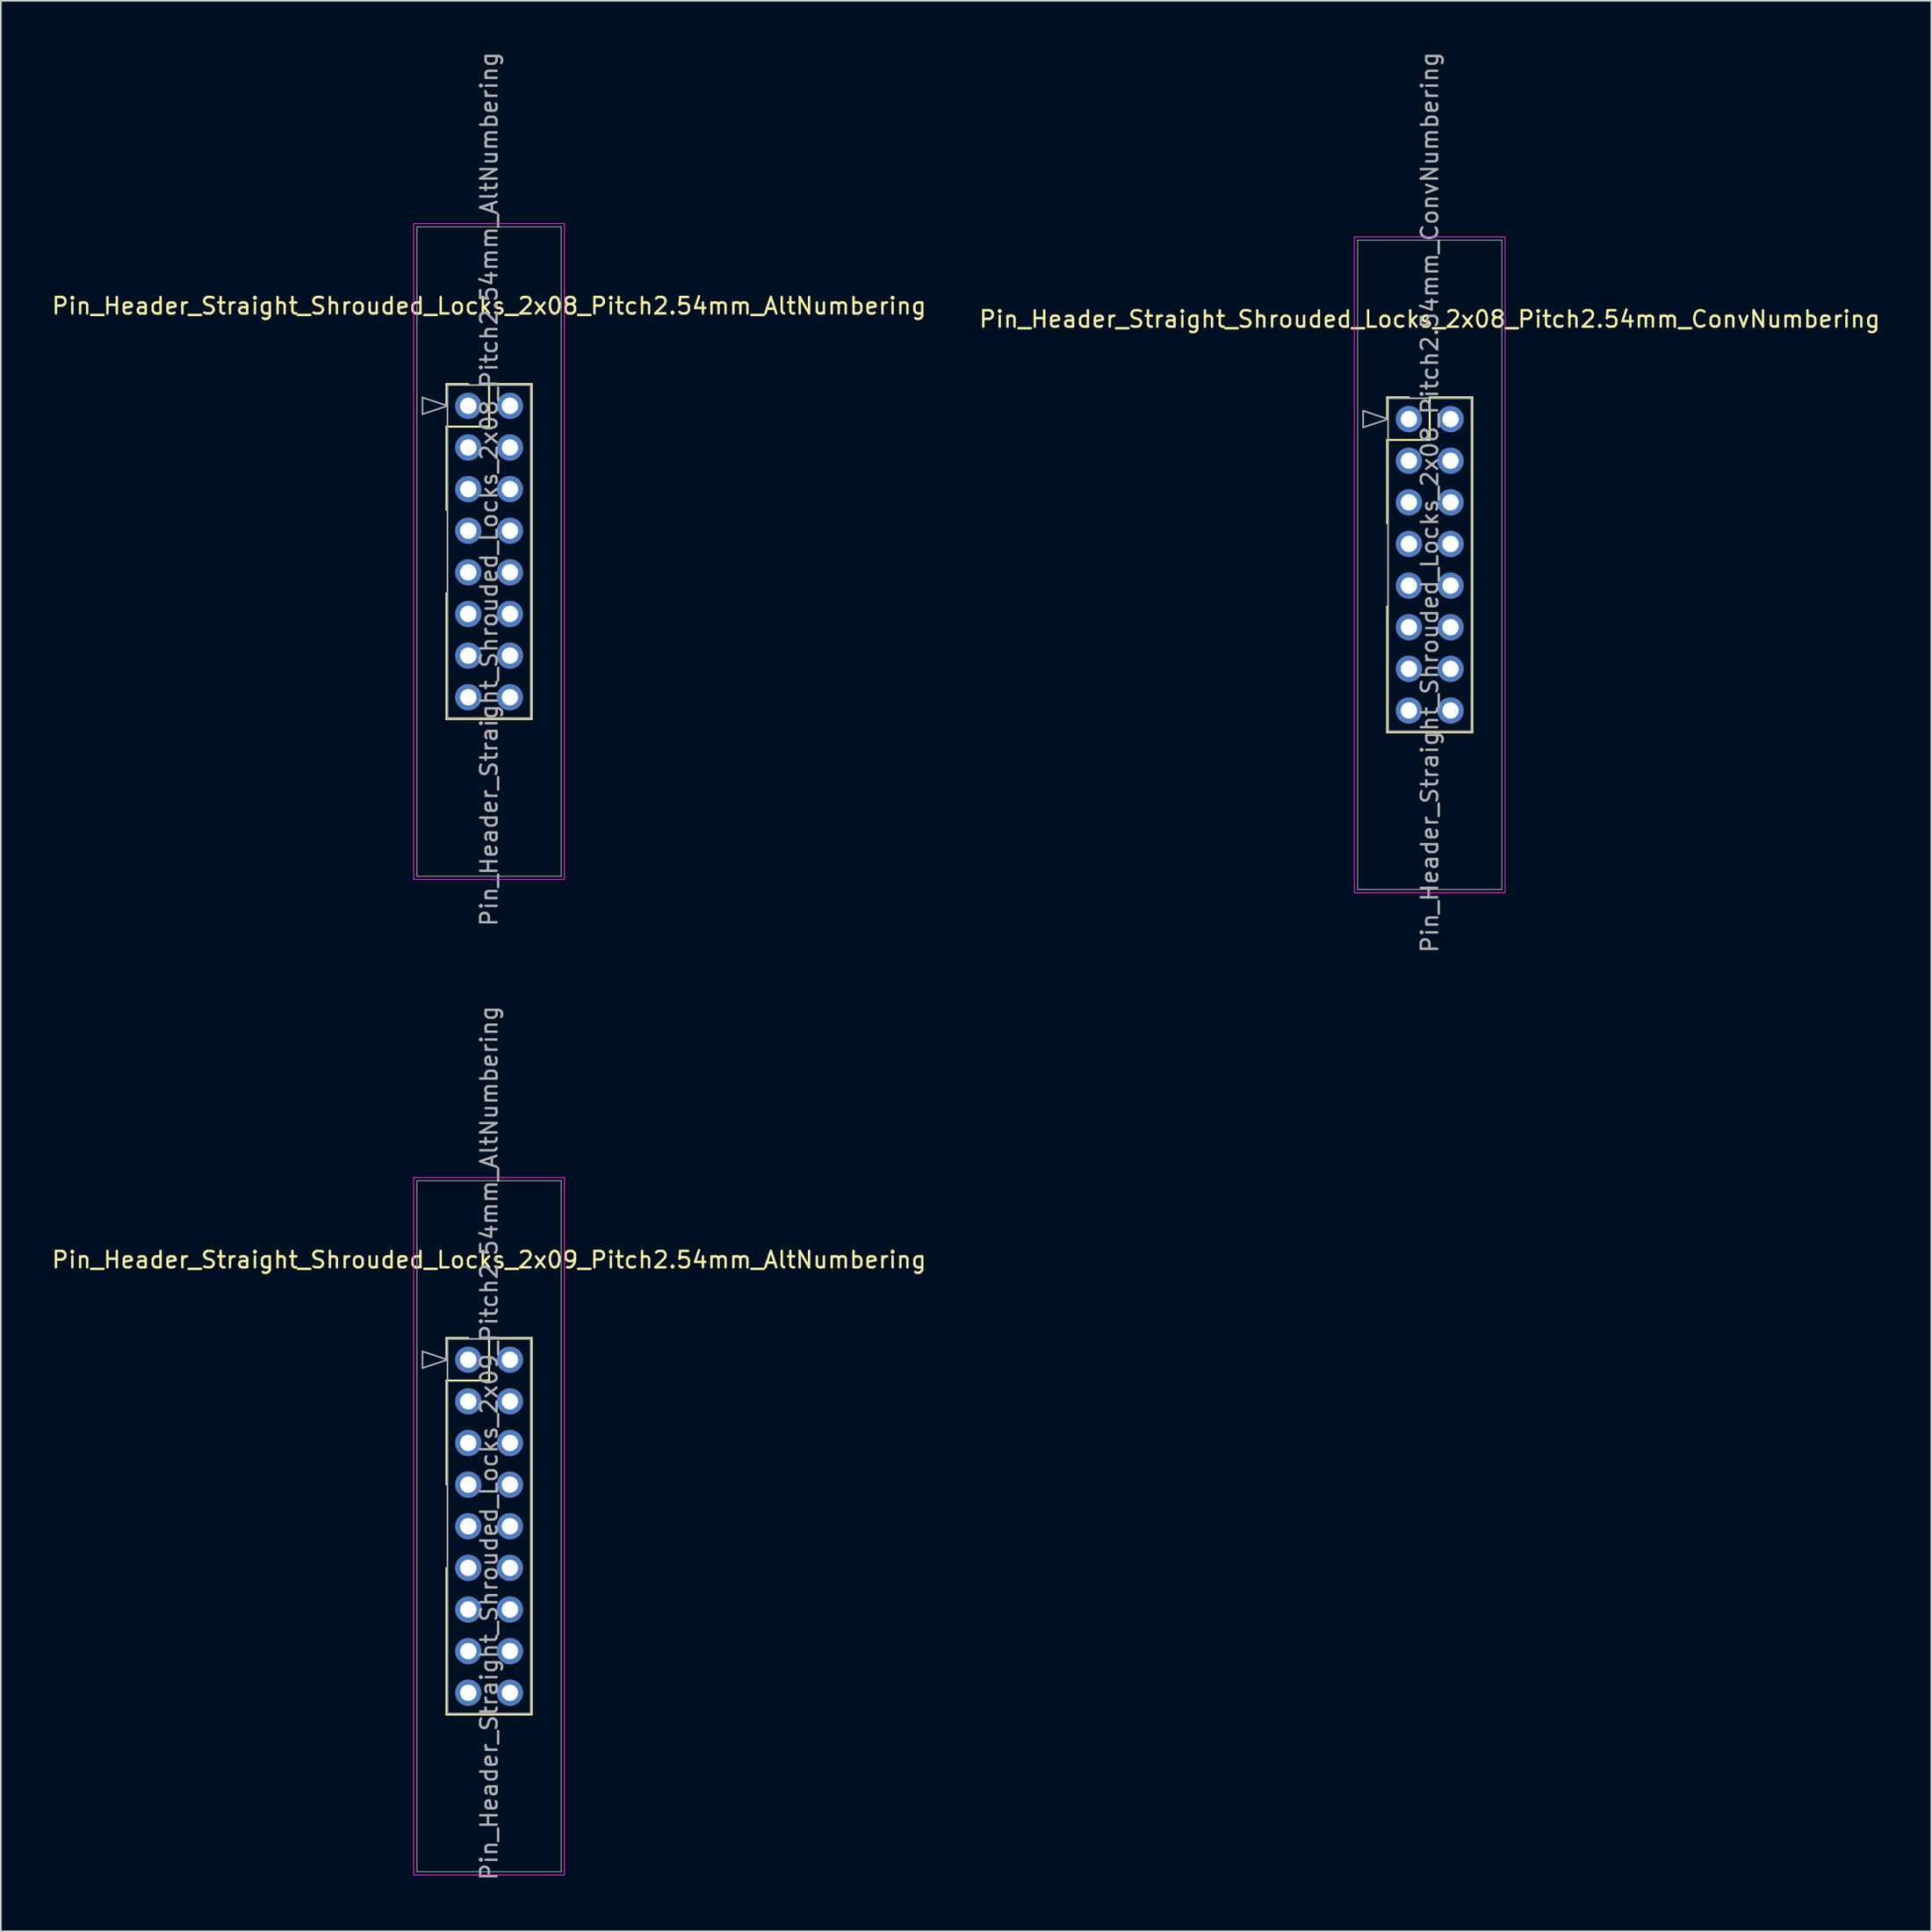
<source format=kicad_pcb>
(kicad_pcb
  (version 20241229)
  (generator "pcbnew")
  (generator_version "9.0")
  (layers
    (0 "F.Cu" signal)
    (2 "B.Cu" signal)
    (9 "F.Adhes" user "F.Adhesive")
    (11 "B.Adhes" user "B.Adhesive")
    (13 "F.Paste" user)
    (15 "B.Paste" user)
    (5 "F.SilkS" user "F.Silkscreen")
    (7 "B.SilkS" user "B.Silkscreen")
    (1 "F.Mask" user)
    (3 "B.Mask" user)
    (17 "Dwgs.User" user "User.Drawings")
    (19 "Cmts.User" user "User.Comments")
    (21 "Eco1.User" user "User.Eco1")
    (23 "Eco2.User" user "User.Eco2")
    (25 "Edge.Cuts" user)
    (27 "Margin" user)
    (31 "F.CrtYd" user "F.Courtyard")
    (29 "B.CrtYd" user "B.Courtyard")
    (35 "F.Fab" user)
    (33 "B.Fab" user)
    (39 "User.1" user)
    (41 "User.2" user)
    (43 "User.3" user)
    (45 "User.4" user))
  (footprint "Pin_Header_Straight_Shrouded_Locks_2x08_Pitch2.54mm_AltNumbering"
    (layer "F.Cu")
    (at 25.522 21.712)
    (property "Reference" "Pin_Header_Straight_Shrouded_Locks_2x08_Pitch2.54mm_AltNumbering" (at 1.27 -6.096 0) (layer "F.SilkS") (effects (font (size 1 1) (thickness 0.15))))
    (attr through_hole)
    (fp_line (start -1.33 -1.33) (end 0 -1.33) (stroke (width 0.12) (type solid)) (layer "F.SilkS"))
    (fp_line (start -1.33 0) (end -1.33 -1.33) (stroke (width 0.12) (type solid)) (layer "F.SilkS"))
    (fp_line (start -1.33 1.27) (end -1.33 6.35) (stroke (width 0.12) (type solid)) (layer "F.SilkS"))
    (fp_line (start -1.33 1.27) (end 1.27 1.27) (stroke (width 0.12) (type solid)) (layer "F.SilkS"))
    (fp_line (start -1.33 11.43) (end -1.33 19.11) (stroke (width 0.12) (type solid)) (layer "F.SilkS"))
    (fp_line (start -1.33 19.11) (end 3.87 19.11) (stroke (width 0.12) (type solid)) (layer "F.SilkS"))
    (fp_line (start 1.27 -1.33) (end 3.87 -1.33) (stroke (width 0.12) (type solid)) (layer "F.SilkS"))
    (fp_line (start 1.27 1.27) (end 1.27 -1.33) (stroke (width 0.12) (type solid)) (layer "F.SilkS"))
    (fp_line (start 3.87 -1.33) (end 3.87 19.11) (stroke (width 0.12) (type solid)) (layer "F.SilkS"))
    (fp_line (start -3.33 -11.12) (end -3.33 28.9) (stroke (width 0.05) (type solid)) (layer "F.CrtYd"))
    (fp_line (start -3.33 28.9) (end 5.87 28.9) (stroke (width 0.05) (type solid)) (layer "F.CrtYd"))
    (fp_line (start 5.87 -11.12) (end -3.33 -11.12) (stroke (width 0.05) (type solid)) (layer "F.CrtYd"))
    (fp_line (start 5.87 28.9) (end 5.87 -11.12) (stroke (width 0.05) (type solid)) (layer "F.CrtYd"))
    (fp_line (start -3.13 -10.92) (end -3.13 28.7) (stroke (width 0.05) (type solid)) (layer "F.Fab"))
    (fp_line (start -3.13 28.7) (end 5.67 28.7) (stroke (width 0.05) (type solid)) (layer "F.Fab"))
    (fp_line (start -2.794 -0.508) (end -1.27 0) (stroke (width 0.1) (type solid)) (layer "F.Fab"))
    (fp_line (start -2.794 0.508) (end -2.794 -0.508) (stroke (width 0.1) (type solid)) (layer "F.Fab"))
    (fp_line (start -1.27 -1.27) (end -1.27 19.05) (stroke (width 0.1) (type solid)) (layer "F.Fab"))
    (fp_line (start -1.27 0) (end -2.794 0.508) (stroke (width 0.1) (type solid)) (layer "F.Fab"))
    (fp_line (start -1.27 19.05) (end 3.81 19.05) (stroke (width 0.1) (type solid)) (layer "F.Fab"))
    (fp_line (start 3.81 -1.27) (end -1.27 -1.27) (stroke (width 0.1) (type solid)) (layer "F.Fab"))
    (fp_line (start 3.81 19.05) (end 3.81 -1.27) (stroke (width 0.1) (type solid)) (layer "F.Fab"))
    (fp_line (start 5.67 -10.92) (end -3.13 -10.92) (stroke (width 0.05) (type solid)) (layer "F.Fab"))
    (fp_line (start 5.67 28.7) (end 5.67 -10.92) (stroke (width 0.05) (type solid)) (layer "F.Fab"))
    (fp_text user "${REFERENCE}" (at 1.27 5.08 90) (layer "F.Fab") (effects (font (size 1 1) (thickness 0.15))))
    (pad "1" thru_hole oval (at 0 0) (size 1.6 1.6) (drill 1) (layers "*.Cu" "*.Mask"))
    (pad "2" thru_hole oval (at 0 2.54) (size 1.6 1.6) (drill 1) (layers "*.Cu" "*.Mask"))
    (pad "3" thru_hole oval (at 0 5.08) (size 1.6 1.6) (drill 1) (layers "*.Cu" "*.Mask"))
    (pad "4" thru_hole oval (at 0 7.62) (size 1.6 1.6) (drill 1) (layers "*.Cu" "*.Mask"))
    (pad "5" thru_hole oval (at 0 10.16) (size 1.6 1.6) (drill 1) (layers "*.Cu" "*.Mask"))
    (pad "6" thru_hole oval (at 0 12.7) (size 1.6 1.6) (drill 1) (layers "*.Cu" "*.Mask"))
    (pad "7" thru_hole oval (at 0 15.24) (size 1.6 1.6) (drill 1) (layers "*.Cu" "*.Mask"))
    (pad "8" thru_hole oval (at 0 17.78) (size 1.6 1.6) (drill 1) (layers "*.Cu" "*.Mask"))
    (pad "9" thru_hole oval (at 2.54 0) (size 1.6 1.6) (drill 1) (layers "*.Cu" "*.Mask"))
    (pad "10" thru_hole oval (at 2.54 2.54) (size 1.6 1.6) (drill 1) (layers "*.Cu" "*.Mask"))
    (pad "11" thru_hole oval (at 2.54 5.08) (size 1.6 1.6) (drill 1) (layers "*.Cu" "*.Mask"))
    (pad "12" thru_hole oval (at 2.54 7.62) (size 1.6 1.6) (drill 1) (layers "*.Cu" "*.Mask"))
    (pad "13" thru_hole oval (at 2.54 10.16) (size 1.6 1.6) (drill 1) (layers "*.Cu" "*.Mask"))
    (pad "14" thru_hole oval (at 2.54 12.7) (size 1.6 1.6) (drill 1) (layers "*.Cu" "*.Mask"))
    (pad "15" thru_hole oval (at 2.54 15.24) (size 1.6 1.6) (drill 1) (layers "*.Cu" "*.Mask"))
    (pad "16" thru_hole oval (at 2.54 17.78) (size 1.6 1.6) (drill 1) (layers "*.Cu" "*.Mask")))
  (footprint "Pin_Header_Straight_Shrouded_Locks_2x08_Pitch2.54mm_ConvNumbering"
    (layer "F.Cu")
    (at 82.915 22.521)
    (property "Reference" "Pin_Header_Straight_Shrouded_Locks_2x08_Pitch2.54mm_ConvNumbering" (at 1.27 -6.096 0) (layer "F.SilkS") (effects (font (size 1 1) (thickness 0.15))))
    (attr through_hole)
    (fp_line (start -1.33 -1.33) (end 0 -1.33) (stroke (width 0.12) (type solid)) (layer "F.SilkS"))
    (fp_line (start -1.33 0) (end -1.33 -1.33) (stroke (width 0.12) (type solid)) (layer "F.SilkS"))
    (fp_line (start -1.33 1.27) (end -1.33 6.35) (stroke (width 0.12) (type solid)) (layer "F.SilkS"))
    (fp_line (start -1.33 1.27) (end 1.27 1.27) (stroke (width 0.12) (type solid)) (layer "F.SilkS"))
    (fp_line (start -1.33 11.43) (end -1.33 19.11) (stroke (width 0.12) (type solid)) (layer "F.SilkS"))
    (fp_line (start -1.33 19.11) (end 3.87 19.11) (stroke (width 0.12) (type solid)) (layer "F.SilkS"))
    (fp_line (start 1.27 -1.33) (end 3.87 -1.33) (stroke (width 0.12) (type solid)) (layer "F.SilkS"))
    (fp_line (start 1.27 1.27) (end 1.27 -1.33) (stroke (width 0.12) (type solid)) (layer "F.SilkS"))
    (fp_line (start 3.87 -1.33) (end 3.87 19.11) (stroke (width 0.12) (type solid)) (layer "F.SilkS"))
    (fp_line (start -3.33 -11.12) (end -3.33 28.9) (stroke (width 0.05) (type solid)) (layer "F.CrtYd"))
    (fp_line (start -3.33 28.9) (end 5.87 28.9) (stroke (width 0.05) (type solid)) (layer "F.CrtYd"))
    (fp_line (start 5.87 -11.12) (end -3.33 -11.12) (stroke (width 0.05) (type solid)) (layer "F.CrtYd"))
    (fp_line (start 5.87 28.9) (end 5.87 -11.12) (stroke (width 0.05) (type solid)) (layer "F.CrtYd"))
    (fp_line (start -3.13 -10.92) (end -3.13 28.7) (stroke (width 0.05) (type solid)) (layer "F.Fab"))
    (fp_line (start -3.13 28.7) (end 5.67 28.7) (stroke (width 0.05) (type solid)) (layer "F.Fab"))
    (fp_line (start -2.794 -0.508) (end -1.27 0) (stroke (width 0.1) (type solid)) (layer "F.Fab"))
    (fp_line (start -2.794 0.508) (end -2.794 -0.508) (stroke (width 0.1) (type solid)) (layer "F.Fab"))
    (fp_line (start -1.27 -1.27) (end -1.27 19.05) (stroke (width 0.1) (type solid)) (layer "F.Fab"))
    (fp_line (start -1.27 0) (end -2.794 0.508) (stroke (width 0.1) (type solid)) (layer "F.Fab"))
    (fp_line (start -1.27 19.05) (end 3.81 19.05) (stroke (width 0.1) (type solid)) (layer "F.Fab"))
    (fp_line (start 3.81 -1.27) (end -1.27 -1.27) (stroke (width 0.1) (type solid)) (layer "F.Fab"))
    (fp_line (start 3.81 19.05) (end 3.81 -1.27) (stroke (width 0.1) (type solid)) (layer "F.Fab"))
    (fp_line (start 5.67 -10.92) (end -3.13 -10.92) (stroke (width 0.05) (type solid)) (layer "F.Fab"))
    (fp_line (start 5.67 28.7) (end 5.67 -10.92) (stroke (width 0.05) (type solid)) (layer "F.Fab"))
    (fp_text user "${REFERENCE}" (at 1.27 5.08 90) (layer "F.Fab") (effects (font (size 1 1) (thickness 0.15))))
    (pad "1" thru_hole oval (at 0 0) (size 1.6 1.6) (drill 1) (layers "*.Cu" "*.Mask"))
    (pad "2" thru_hole oval (at 2.54 0) (size 1.6 1.6) (drill 1) (layers "*.Cu" "*.Mask"))
    (pad "3" thru_hole oval (at 0 2.54) (size 1.6 1.6) (drill 1) (layers "*.Cu" "*.Mask"))
    (pad "4" thru_hole oval (at 2.54 2.54) (size 1.6 1.6) (drill 1) (layers "*.Cu" "*.Mask"))
    (pad "5" thru_hole oval (at 0 5.08) (size 1.6 1.6) (drill 1) (layers "*.Cu" "*.Mask"))
    (pad "6" thru_hole oval (at 2.54 5.08) (size 1.6 1.6) (drill 1) (layers "*.Cu" "*.Mask"))
    (pad "7" thru_hole oval (at 0 7.62) (size 1.6 1.6) (drill 1) (layers "*.Cu" "*.Mask"))
    (pad "8" thru_hole oval (at 2.54 7.62) (size 1.6 1.6) (drill 1) (layers "*.Cu" "*.Mask"))
    (pad "9" thru_hole oval (at 0 10.16) (size 1.6 1.6) (drill 1) (layers "*.Cu" "*.Mask"))
    (pad "10" thru_hole oval (at 2.54 10.16) (size 1.6 1.6) (drill 1) (layers "*.Cu" "*.Mask"))
    (pad "11" thru_hole oval (at 0 12.7) (size 1.6 1.6) (drill 1) (layers "*.Cu" "*.Mask"))
    (pad "12" thru_hole oval (at 2.54 12.7) (size 1.6 1.6) (drill 1) (layers "*.Cu" "*.Mask"))
    (pad "13" thru_hole oval (at 0 15.24) (size 1.6 1.6) (drill 1) (layers "*.Cu" "*.Mask"))
    (pad "14" thru_hole oval (at 2.54 15.24) (size 1.6 1.6) (drill 1) (layers "*.Cu" "*.Mask"))
    (pad "15" thru_hole oval (at 0 17.78) (size 1.6 1.6) (drill 1) (layers "*.Cu" "*.Mask"))
    (pad "16" thru_hole oval (at 2.54 17.78) (size 1.6 1.6) (drill 1) (layers "*.Cu" "*.Mask")))
  (footprint "Pin_Header_Straight_Shrouded_Locks_2x09_Pitch2.54mm_AltNumbering"
    (layer "F.Cu")
    (at 25.522 79.914)
    (property "Reference" "Pin_Header_Straight_Shrouded_Locks_2x09_Pitch2.54mm_AltNumbering" (at 1.27 -6.096 0) (layer "F.SilkS") (effects (font (size 1 1) (thickness 0.15))))
    (attr through_hole)
    (fp_line (start -1.33 -1.33) (end 0 -1.33) (stroke (width 0.12) (type solid)) (layer "F.SilkS"))
    (fp_line (start -1.33 0) (end -1.33 -1.33) (stroke (width 0.12) (type solid)) (layer "F.SilkS"))
    (fp_line (start -1.33 1.27) (end -1.33 7.62) (stroke (width 0.12) (type solid)) (layer "F.SilkS"))
    (fp_line (start -1.33 1.27) (end 1.27 1.27) (stroke (width 0.12) (type solid)) (layer "F.SilkS"))
    (fp_line (start -1.33 12.7) (end -1.33 21.65) (stroke (width 0.12) (type solid)) (layer "F.SilkS"))
    (fp_line (start -1.33 21.65) (end 3.87 21.65) (stroke (width 0.12) (type solid)) (layer "F.SilkS"))
    (fp_line (start 1.27 -1.33) (end 3.87 -1.33) (stroke (width 0.12) (type solid)) (layer "F.SilkS"))
    (fp_line (start 1.27 1.27) (end 1.27 -1.33) (stroke (width 0.12) (type solid)) (layer "F.SilkS"))
    (fp_line (start 3.87 -1.33) (end 3.87 21.65) (stroke (width 0.12) (type solid)) (layer "F.SilkS"))
    (fp_line (start -3.33 -11.12) (end -3.33 31.44) (stroke (width 0.05) (type solid)) (layer "F.CrtYd"))
    (fp_line (start -3.33 31.44) (end 5.87 31.44) (stroke (width 0.05) (type solid)) (layer "F.CrtYd"))
    (fp_line (start 5.87 -11.12) (end -3.33 -11.12) (stroke (width 0.05) (type solid)) (layer "F.CrtYd"))
    (fp_line (start 5.87 31.44) (end 5.87 -11.12) (stroke (width 0.05) (type solid)) (layer "F.CrtYd"))
    (fp_line (start -3.13 -10.92) (end -3.13 31.24) (stroke (width 0.05) (type solid)) (layer "F.Fab"))
    (fp_line (start -3.13 31.24) (end 5.67 31.24) (stroke (width 0.05) (type solid)) (layer "F.Fab"))
    (fp_line (start -2.794 -0.508) (end -1.27 0) (stroke (width 0.1) (type solid)) (layer "F.Fab"))
    (fp_line (start -2.794 0.508) (end -2.794 -0.508) (stroke (width 0.1) (type solid)) (layer "F.Fab"))
    (fp_line (start -1.27 -1.27) (end -1.27 21.59) (stroke (width 0.1) (type solid)) (layer "F.Fab"))
    (fp_line (start -1.27 0) (end -2.794 0.508) (stroke (width 0.1) (type solid)) (layer "F.Fab"))
    (fp_line (start -1.27 21.59) (end 3.81 21.59) (stroke (width 0.1) (type solid)) (layer "F.Fab"))
    (fp_line (start 3.81 -1.27) (end -1.27 -1.27) (stroke (width 0.1) (type solid)) (layer "F.Fab"))
    (fp_line (start 3.81 21.59) (end 3.81 -1.27) (stroke (width 0.1) (type solid)) (layer "F.Fab"))
    (fp_line (start 5.67 -10.92) (end -3.13 -10.92) (stroke (width 0.05) (type solid)) (layer "F.Fab"))
    (fp_line (start 5.67 31.24) (end 5.67 -10.92) (stroke (width 0.05) (type solid)) (layer "F.Fab"))
    (fp_text user "${REFERENCE}" (at 1.27 5.08 90) (layer "F.Fab") (effects (font (size 1 1) (thickness 0.15))))
    (pad "1" thru_hole oval (at 0 0) (size 1.6 1.6) (drill 1) (layers "*.Cu" "*.Mask"))
    (pad "2" thru_hole oval (at 0 2.54) (size 1.6 1.6) (drill 1) (layers "*.Cu" "*.Mask"))
    (pad "3" thru_hole oval (at 0 5.08) (size 1.6 1.6) (drill 1) (layers "*.Cu" "*.Mask"))
    (pad "4" thru_hole oval (at 0 7.62) (size 1.6 1.6) (drill 1) (layers "*.Cu" "*.Mask"))
    (pad "5" thru_hole oval (at 0 10.16) (size 1.6 1.6) (drill 1) (layers "*.Cu" "*.Mask"))
    (pad "6" thru_hole oval (at 0 12.7) (size 1.6 1.6) (drill 1) (layers "*.Cu" "*.Mask"))
    (pad "7" thru_hole oval (at 0 15.24) (size 1.6 1.6) (drill 1) (layers "*.Cu" "*.Mask"))
    (pad "8" thru_hole oval (at 0 17.78) (size 1.6 1.6) (drill 1) (layers "*.Cu" "*.Mask"))
    (pad "9" thru_hole oval (at 0 20.32) (size 1.6 1.6) (drill 1) (layers "*.Cu" "*.Mask"))
    (pad "10" thru_hole oval (at 2.54 0) (size 1.6 1.6) (drill 1) (layers "*.Cu" "*.Mask"))
    (pad "11" thru_hole oval (at 2.54 2.54) (size 1.6 1.6) (drill 1) (layers "*.Cu" "*.Mask"))
    (pad "12" thru_hole oval (at 2.54 5.08) (size 1.6 1.6) (drill 1) (layers "*.Cu" "*.Mask"))
    (pad "13" thru_hole oval (at 2.54 7.62) (size 1.6 1.6) (drill 1) (layers "*.Cu" "*.Mask"))
    (pad "14" thru_hole oval (at 2.54 10.16) (size 1.6 1.6) (drill 1) (layers "*.Cu" "*.Mask"))
    (pad "15" thru_hole oval (at 2.54 12.7) (size 1.6 1.6) (drill 1) (layers "*.Cu" "*.Mask"))
    (pad "16" thru_hole oval (at 2.54 15.24) (size 1.6 1.6) (drill 1) (layers "*.Cu" "*.Mask"))
    (pad "17" thru_hole oval (at 2.54 17.78) (size 1.6 1.6) (drill 1) (layers "*.Cu" "*.Mask"))
    (pad "18" thru_hole oval (at 2.54 20.32) (size 1.6 1.6) (drill 1) (layers "*.Cu" "*.Mask")))
  (gr_rect
    (start -3 -3)
    (end 114.786 114.786)
    (stroke (width 0.1) (type default))
    (fill no)
    (layer "Edge.Cuts")))
</source>
